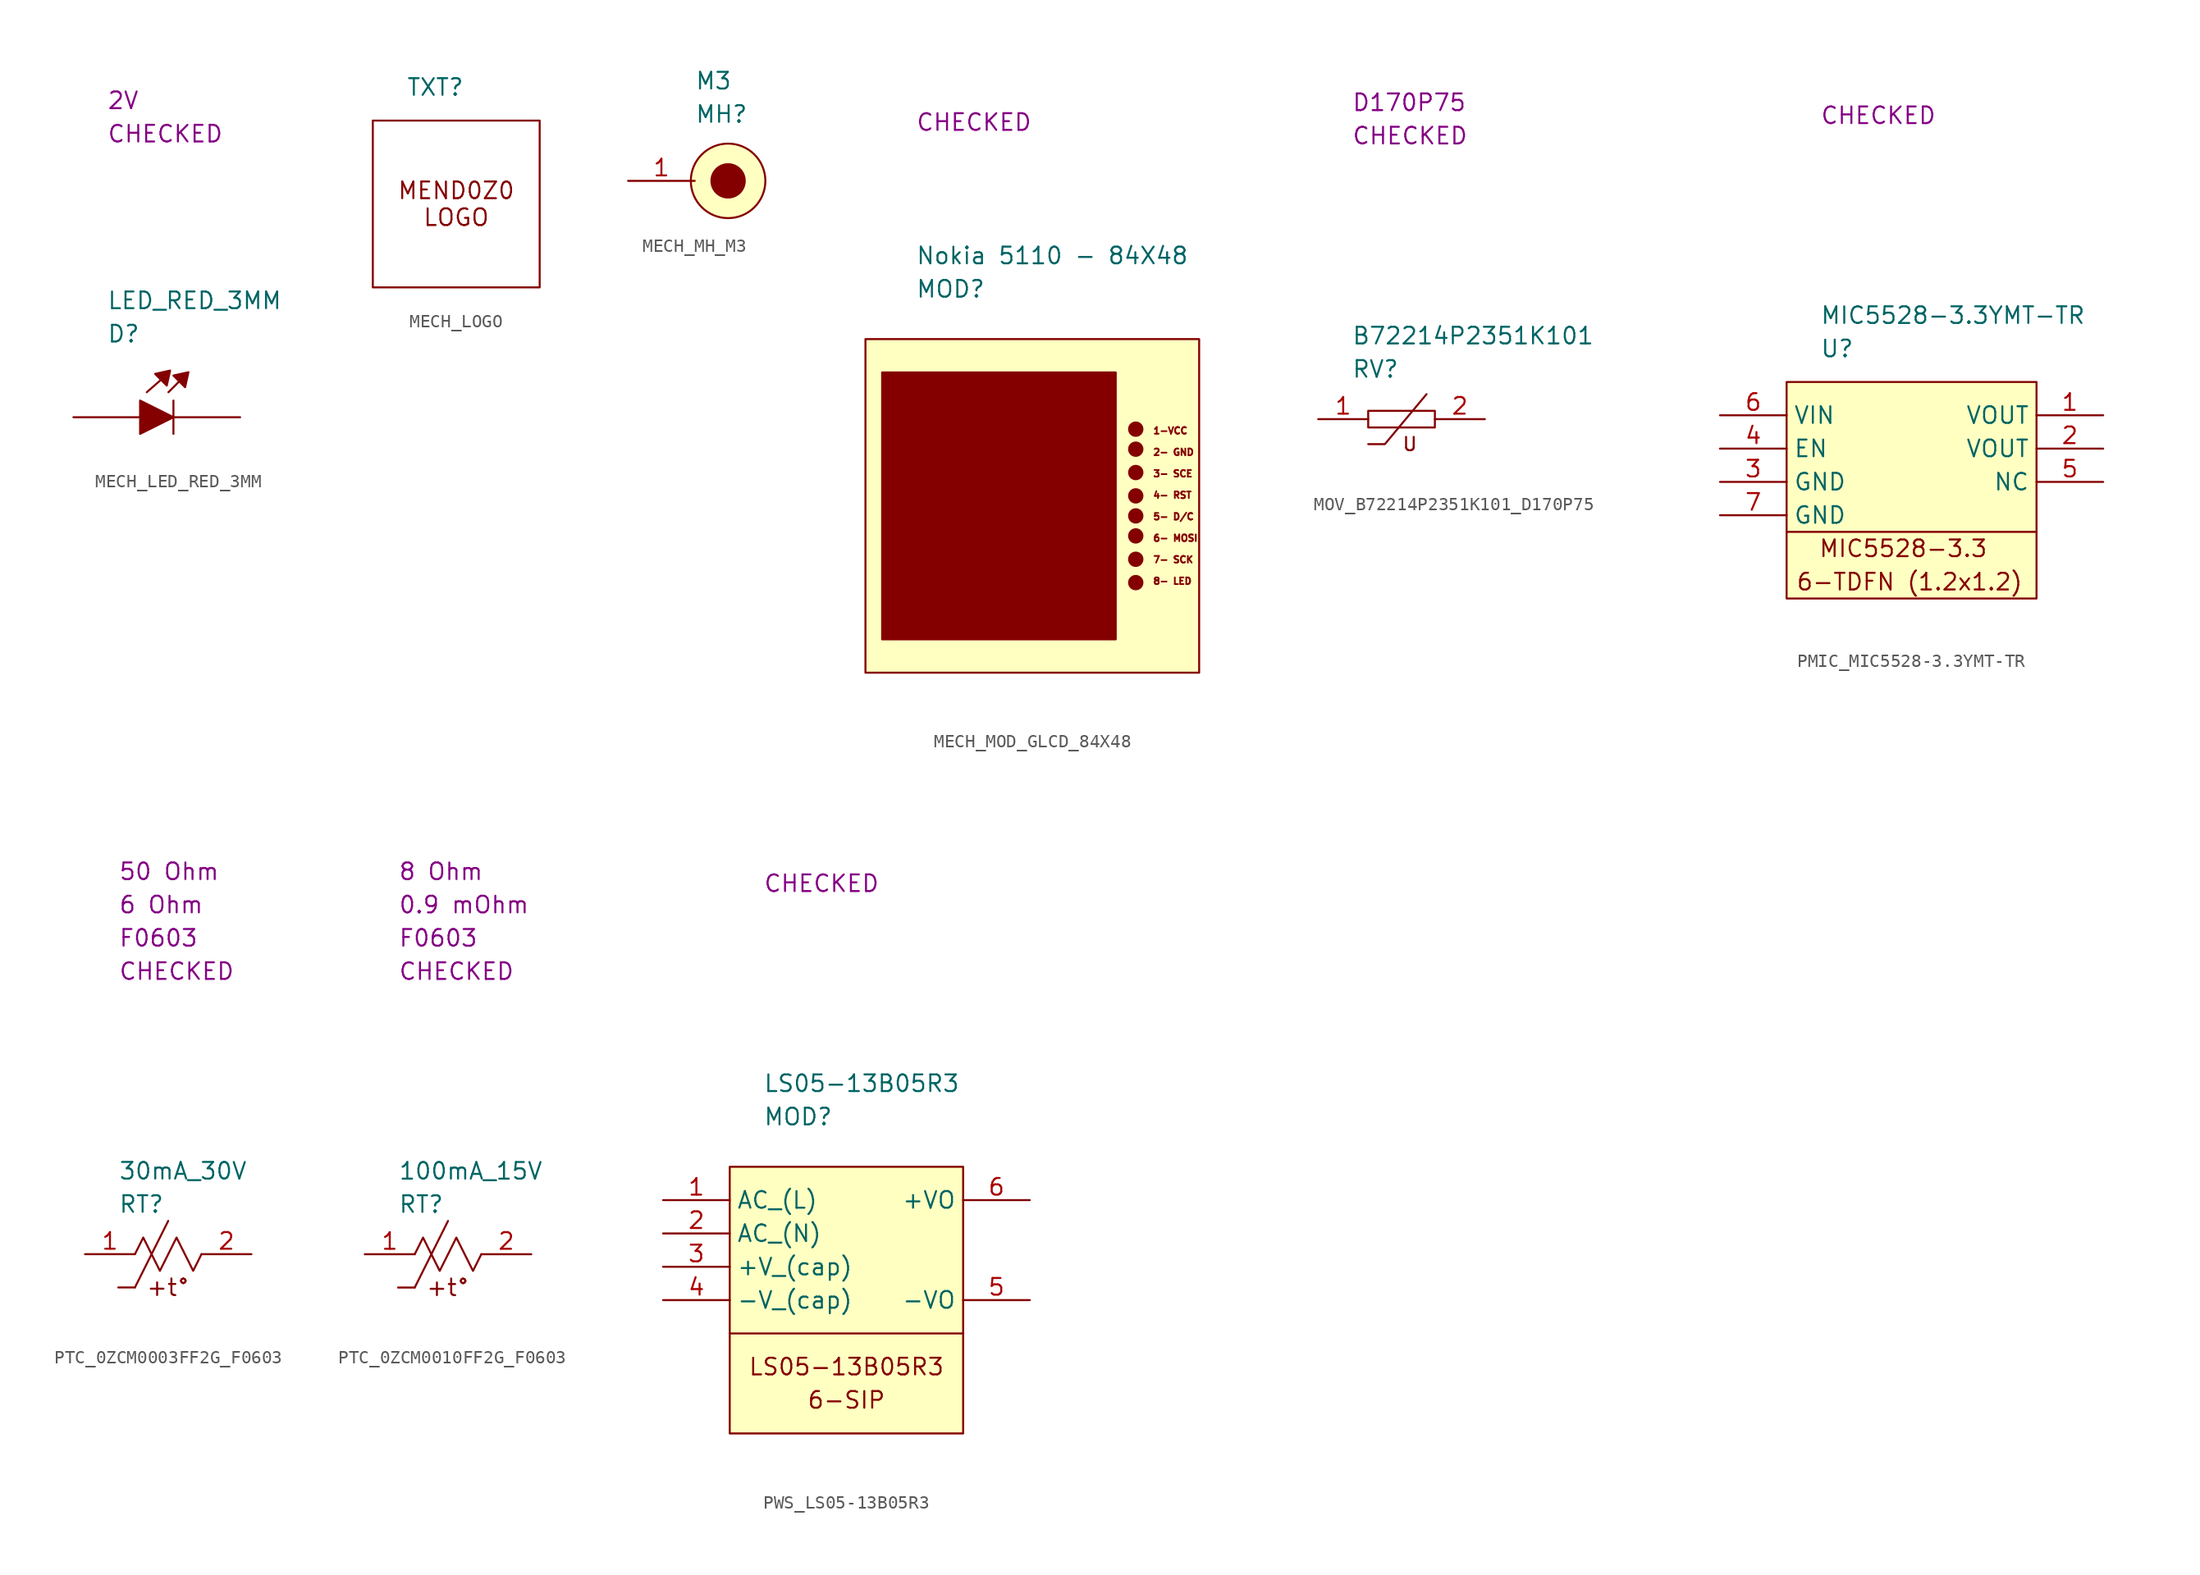
<source format=kicad_sym>
(kicad_symbol_lib
  (version 20220914)
  (generator kicad_symbol_editor)
  (symbol "MECH_LED_RED_3MM"
    (property "Reference" "D"
      (at 2.54 6.35 0)
      (effects (font (size 1.27 1.27)) (justify left)))
    (property "Value" "LED_RED_3MM"
      (at 2.54 8.89 0)
      (effects (font (size 1.27 1.27)) (justify left)))
    (property "SCH CHECK" "CHECKED"
      (at 2.54 21.59 0)
      (effects (font (size 1.27 1.27)) (justify left)))
    (property "Voltage" "2V"
      (at 2.54 24.13 0)
      (effects (font (size 1.27 1.27)) (justify left)))
    (symbol "MECH_LED_RED_3MM_0_1"
      (polyline (pts (xy 5.08 0) (xy 0 0)) (stroke (width 0) (type default)) (fill (type none)))
      (polyline (pts (xy 5.588 1.905) (xy 6.604 2.794)) (stroke (width 0) (type default)) (fill (type none)))
      (polyline (pts (xy 7.239 1.905) (xy 8.001 2.667)) (stroke (width 0) (type default)) (fill (type none)))
      (polyline (pts (xy 7.62 -1.27) (xy 7.62 1.27)) (stroke (width 0) (type default)) (fill (type none)))
      (polyline (pts (xy 12.7 0) (xy 7.62 0)) (stroke (width 0) (type default)) (fill (type none)))
      (polyline (pts (xy 5.08 1.27) (xy 5.08 -1.27) (xy 7.62 0) (xy 5.08 1.27)) (stroke (width 0) (type default)) (fill (type outline)))
      (polyline (pts (xy 6.223 3.302) (xy 7.112 2.413) (xy 7.366 3.556) (xy 6.223 3.302)) (stroke (width 0) (type default)) (fill (type outline)))
      (polyline (pts (xy 7.62 3.175) (xy 8.509 2.286) (xy 8.763 3.429) (xy 7.62 3.175)) (stroke (width 0) (type default)) (fill (type outline)))))
  (symbol "MECH_LOGO"
    (property "Reference" "TXT"
      (at 2.54 2.54 0)
      (effects (font (size 1.27 1.27)) (justify left)))
    (property "Value" ""
      (at 0 0 0)
      (effects (font (size 1.27 1.27)) (justify left)))
    (symbol "MECH_LOGO_0_0"
      (rectangle (start 0 0) (end 12.7 -12.7) (stroke (width 0) (type default)) (fill (type none)))
      (text "MEND0Z0\nLOGO" (at 6.35 -6.35 0) (effects (font (size 1.27 1.27))))))
  (symbol "MECH_MH_M3"
    (property "Reference" "MH"
      (at 5.08 5.08 0)
      (effects (font (size 1.27 1.27)) (justify left)))
    (property "Value" "M3"
      (at 5.08 7.62 0)
      (effects (font (size 1.27 1.27)) (justify left)))
    (symbol "MECH_MH_M3_0_1"
      (circle (center 7.62 0) (radius 1.27) (stroke (width 0) (type default)) (fill (type outline)))
      (circle (center 7.62 0) (radius 2.84) (stroke (width 0) (type default)) (fill (type background))))
    (symbol "MECH_MH_M3_1_1"
      (pin passive line (at 0 0 0) (length 5.08) (name "" (effects (font (size 1.27 1.27)))) (number "1" (effects (font (size 1.27 1.27)))))))
  (symbol "MECH_MOD_GLCD_84X48"
    (property "Reference" "MOD"
      (at 3.81 3.81 0)
      (effects (font (size 1.27 1.27)) (justify left)))
    (property "Value" "Nokia 5110 - 84X48"
      (at 3.81 6.35 0)
      (effects (font (size 1.27 1.27)) (justify left)))
    (property "SCH CHECK" "CHECKED"
      (at 3.81 16.51 0)
      (effects (font (size 1.27 1.27)) (justify left)))
    (symbol "MECH_MOD_GLCD_84X48_0_1"
      (rectangle (start 0 0) (end 25.4 -25.4) (stroke (width 0) (type default)) (fill (type background)))
      (rectangle (start 1.27 -2.54) (end 19.05 -22.86) (stroke (width 0) (type default)) (fill (type outline)))
      (circle (center 20.574 -18.542) (radius 0.508) (stroke (width 0) (type default)) (fill (type outline)))
      (circle (center 20.574 -16.764) (radius 0.508) (stroke (width 0) (type default)) (fill (type outline)))
      (circle (center 20.574 -14.986) (radius 0.508) (stroke (width 0) (type default)) (fill (type outline)))
      (circle (center 20.574 -13.462) (radius 0.508) (stroke (width 0) (type default)) (fill (type outline)))
      (circle (center 20.574 -11.938) (radius 0.508) (stroke (width 0) (type default)) (fill (type outline)))
      (circle (center 20.574 -10.16) (radius 0.508) (stroke (width 0) (type default)) (fill (type outline)))
      (circle (center 20.574 -8.382) (radius 0.508) (stroke (width 0) (type default)) (fill (type outline)))
      (circle (center 20.574 -6.858) (radius 0.508) (stroke (width 0) (type default)) (fill (type outline)))
      (text "1-VCC\n\n2- GND\n\n3- SCE\n\n4- RST\n\n5- D/C\n\n6- MOSI\n\n7- SCK\n\n8- LED" (at 21.844 -12.7 0) (effects (font (size 0.508 0.508)) (justify left)))))
  (symbol "MOV_B72214P2351K101_D170P75"
    (property "Reference" "RV"
      (at 2.54 3.81 0)
      (effects (font (size 1.27 1.27)) (justify left)))
    (property "Value" "B72214P2351K101"
      (at 2.54 6.35 0)
      (effects (font (size 1.27 1.27)) (justify left)))
    (property "SCH CHECK" "CHECKED"
      (at 2.54 21.59 0)
      (effects (font (size 1.27 1.27)) (justify left)))
    (property "Package" "D170P75"
      (at 2.54 24.13 0)
      (effects (font (size 1.27 1.27)) (justify left)))
    (symbol "MOV_B72214P2351K101_D170P75_0_1"
      (polyline (pts (xy 8.255 1.905) (xy 5.08 -1.905) (xy 3.81 -1.905)) (stroke (width 0) (type default)) (fill (type none)))
      (polyline (pts (xy 3.81 0.635) (xy 3.81 -0.635) (xy 8.89 -0.635) (xy 8.89 0.635) (xy 3.81 0.635)) (stroke (width 0) (type default)) (fill (type none)))
      (text "U" (at 6.985 -1.905 0) (effects (font (size 1.016 1.016)))))
    (symbol "MOV_B72214P2351K101_D170P75_1_1"
      (pin passive line (at 0 0 0) (length 3.81) (name "" (effects (font (size 1.27 1.27)))) (number "1" (effects (font (size 1.27 1.27)))))
      (pin passive line (at 12.7 0 180) (length 3.81) (name "" (effects (font (size 1.27 1.27)))) (number "2" (effects (font (size 1.27 1.27)))))))
  (symbol "PMIC_MIC5528-3.3YMT-TR"
    (property "Reference" "U"
      (at 2.54 2.54 0)
      (effects (font (size 1.27 1.27)) (justify left)))
    (property "Value" "MIC5528-3.3YMT-TR"
      (at 2.54 5.08 0)
      (effects (font (size 1.27 1.27)) (justify left)))
    (property "SCH CHECK" "CHECKED"
      (at 2.54 20.32 0)
      (effects (font (size 1.27 1.27)) (justify left)))
    (symbol "PMIC_MIC5528-3.3YMT-TR_0_0"
      (polyline (pts (xy 0 -11.43) (xy 19.05 -11.43)) (stroke (width 0) (type default)) (fill (type none)))
      (rectangle (start 0 0) (end 19.05 -16.51) (stroke (width 0) (type default)) (fill (type background)))
      (text " 6-TDFN (1.2x1.2)" (at 8.89 -15.24 0) (effects (font (size 1.27 1.27))))
      (text "MIC5528-3.3" (at 8.89 -12.7 0) (effects (font (size 1.27 1.27)))))
    (symbol "PMIC_MIC5528-3.3YMT-TR_1_1"
      (pin passive line (at 24.13 -2.54 180) (length 5.08) (name "VOUT" (effects (font (size 1.27 1.27)))) (number "1" (effects (font (size 1.27 1.27)))))
      (pin passive line (at 24.13 -5.08 180) (length 5.08) (name "VOUT" (effects (font (size 1.27 1.27)))) (number "2" (effects (font (size 1.27 1.27)))))
      (pin passive line (at -5.08 -7.62 0) (length 5.08) (name "GND" (effects (font (size 1.27 1.27)))) (number "3" (effects (font (size 1.27 1.27)))))
      (pin passive line (at -5.08 -5.08 0) (length 5.08) (name "EN" (effects (font (size 1.27 1.27)))) (number "4" (effects (font (size 1.27 1.27)))))
      (pin passive line (at 24.13 -7.62 180) (length 5.08) (name "NC" (effects (font (size 1.27 1.27)))) (number "5" (effects (font (size 1.27 1.27)))))
      (pin passive line (at -5.08 -2.54 0) (length 5.08) (name "VIN" (effects (font (size 1.27 1.27)))) (number "6" (effects (font (size 1.27 1.27)))))
      (pin passive line (at -5.08 -10.16 0) (length 5.08) (name "GND" (effects (font (size 1.27 1.27)))) (number "7" (effects (font (size 1.27 1.27)))))))
  (symbol "PTC_0ZCM0003FF2G_F0603"
    (property "Reference" "RT"
      (at 2.54 3.81 0)
      (effects (font (size 1.27 1.27)) (justify left)))
    (property "Value" "30mA_30V"
      (at 2.54 6.35 0)
      (effects (font (size 1.27 1.27)) (justify left)))
    (property "SCH CHECK" "CHECKED"
      (at 2.54 21.59 0)
      (effects (font (size 1.27 1.27)) (justify left)))
    (property "Init resistance" "6 Ohm"
      (at 2.54 26.67 0)
      (effects (font (size 1.27 1.27)) (justify left)))
    (property "Post trip resistance" "50 Ohm"
      (at 2.54 29.21 0)
      (effects (font (size 1.27 1.27)) (justify left)))
    (property "Package" "F0603"
      (at 2.54 24.13 0)
      (effects (font (size 1.27 1.27)) (justify left)))
    (symbol "PTC_0ZCM0003FF2G_F0603_0_0"
      (polyline (pts (xy 3.81 0) (xy 4.445 1.27) (xy 5.715 -1.27) (xy 6.985 1.27) (xy 8.255 -1.27) (xy 8.89 0)) (stroke (width 0) (type default)) (fill (type none))))
    (symbol "PTC_0ZCM0003FF2G_F0603_0_1"
      (polyline (pts (xy 3.81 -2.54) (xy 2.54 -2.54)) (stroke (width 0) (type default)) (fill (type none)))
      (polyline (pts (xy 3.81 -2.54) (xy 6.35 2.54)) (stroke (width 0) (type default)) (fill (type none)))
      (text "+t°" (at 6.35 -2.54 0) (effects (font (size 1.27 1.27)))))
    (symbol "PTC_0ZCM0003FF2G_F0603_1_1"
      (pin passive line (at 0 0 0) (length 3.81) (name "" (effects (font (size 1.27 1.27)))) (number "1" (effects (font (size 1.27 1.27)))))
      (pin passive line (at 12.7 0 180) (length 3.81) (name "" (effects (font (size 1.27 1.27)))) (number "2" (effects (font (size 1.27 1.27)))))))
  (symbol "PTC_0ZCM0010FF2G_F0603"
    (property "Reference" "RT"
      (at 2.54 3.81 0)
      (effects (font (size 1.27 1.27)) (justify left)))
    (property "Value" "100mA_15V"
      (at 2.54 6.35 0)
      (effects (font (size 1.27 1.27)) (justify left)))
    (property "SCH CHECK" "CHECKED"
      (at 2.54 21.59 0)
      (effects (font (size 1.27 1.27)) (justify left)))
    (property "Init resistance" "0.9 mOhm"
      (at 2.54 26.67 0)
      (effects (font (size 1.27 1.27)) (justify left)))
    (property "Post trip resistance" "8 Ohm"
      (at 2.54 29.21 0)
      (effects (font (size 1.27 1.27)) (justify left)))
    (property "Package" "F0603"
      (at 2.54 24.13 0)
      (effects (font (size 1.27 1.27)) (justify left)))
    (symbol "PTC_0ZCM0010FF2G_F0603_0_0"
      (polyline (pts (xy 3.81 0) (xy 4.445 1.27) (xy 5.715 -1.27) (xy 6.985 1.27) (xy 8.255 -1.27) (xy 8.89 0)) (stroke (width 0) (type default)) (fill (type none))))
    (symbol "PTC_0ZCM0010FF2G_F0603_0_1"
      (polyline (pts (xy 3.81 -2.54) (xy 2.54 -2.54)) (stroke (width 0) (type default)) (fill (type none)))
      (polyline (pts (xy 3.81 -2.54) (xy 6.35 2.54)) (stroke (width 0) (type default)) (fill (type none)))
      (text "+t°" (at 6.35 -2.54 0) (effects (font (size 1.27 1.27)))))
    (symbol "PTC_0ZCM0010FF2G_F0603_1_1"
      (pin passive line (at 0 0 0) (length 3.81) (name "" (effects (font (size 1.27 1.27)))) (number "1" (effects (font (size 1.27 1.27)))))
      (pin passive line (at 12.7 0 180) (length 3.81) (name "" (effects (font (size 1.27 1.27)))) (number "2" (effects (font (size 1.27 1.27)))))))
  (symbol "PWS_LS05-13B05R3"
    (property "Reference" "MOD"
      (at 2.54 3.81 0)
      (effects (font (size 1.27 1.27)) (justify left)))
    (property "Value" "LS05-13B05R3"
      (at 2.54 6.35 0)
      (effects (font (size 1.27 1.27)) (justify left)))
    (property "SCH CHECK" "CHECKED"
      (at 2.54 21.59 0)
      (effects (font (size 1.27 1.27)) (justify left)))
    (symbol "PWS_LS05-13B05R3_0_0"
      (text "6-SIP" (at 8.89 -17.78 0) (effects (font (size 1.27 1.27))))
      (text "LS05-13B05R3" (at 8.89 -15.24 0) (effects (font (size 1.27 1.27)))))
    (symbol "PWS_LS05-13B05R3_0_1"
      (polyline (pts (xy 0 -12.7) (xy 17.78 -12.7)) (stroke (width 0) (type default)) (fill (type none)))
      (rectangle (start 0 0) (end 17.78 -20.32) (stroke (width 0) (type default)) (fill (type background))))
    (symbol "PWS_LS05-13B05R3_1_1"
      (pin passive line (at -5.08 -2.54 0) (length 5.08) (name "AC_(L)" (effects (font (size 1.27 1.27)))) (number "1" (effects (font (size 1.27 1.27)))))
      (pin passive line (at -5.08 -5.08 0) (length 5.08) (name "AC_(N)" (effects (font (size 1.27 1.27)))) (number "2" (effects (font (size 1.27 1.27)))))
      (pin passive line (at -5.08 -7.62 0) (length 5.08) (name "+V_(cap)" (effects (font (size 1.27 1.27)))) (number "3" (effects (font (size 1.27 1.27)))))
      (pin passive line (at -5.08 -10.16 0) (length 5.08) (name "-V_(cap)" (effects (font (size 1.27 1.27)))) (number "4" (effects (font (size 1.27 1.27)))))
      (pin passive line (at 22.86 -10.16 180) (length 5.08) (name "-VO" (effects (font (size 1.27 1.27)))) (number "5" (effects (font (size 1.27 1.27)))))
      (pin passive line (at 22.86 -2.54 180) (length 5.08) (name "+VO" (effects (font (size 1.27 1.27)))) (number "6" (effects (font (size 1.27 1.27))))))))
</source>
